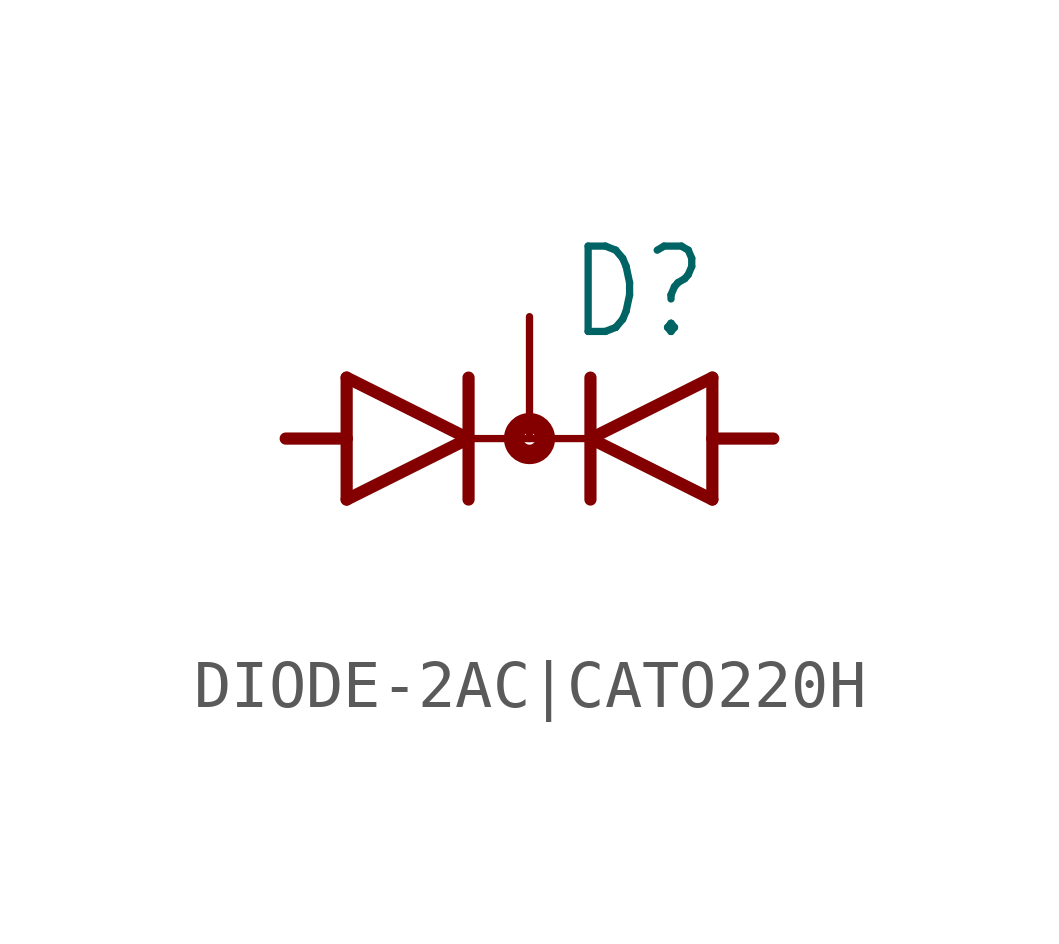
<source format=kicad_sym>
(kicad_symbol_lib
  (version 20231120)
  (generator "kicad_symbol_editor")
  (generator_version "8.0")
  (symbol "DIODE-2AC|CATO220H"
    (property "Reference" "D"
      (at 0.762 2.007 0)
      (effects (font (size 1.778 1.511)) (justify left bottom)))
    (property "Value" ""
      (at -4.826 -3.454 0)
      (effects (font (size 1.778 1.511)) (justify left bottom)))
    (property "ki_locked" ""
      (at 0 0 0)
      (effects (font (size 1.27 1.27))))
    (symbol "DIODE-2AC|CATO220H_1_0"
      (polyline (pts (xy -3.81 -1.27) (xy -1.27 0)) (stroke (width 0.254) (type solid)) (fill (type none)))
      (polyline (pts (xy -3.81 0) (xy -5.08 0)) (stroke (width 0.254) (type solid)) (fill (type none)))
      (polyline (pts (xy -3.81 0) (xy -3.81 -1.27)) (stroke (width 0.254) (type solid)) (fill (type none)))
      (polyline (pts (xy -3.81 1.27) (xy -3.81 0)) (stroke (width 0.254) (type solid)) (fill (type none)))
      (polyline (pts (xy -1.27 0) (xy -3.81 1.27)) (stroke (width 0.254) (type solid)) (fill (type none)))
      (polyline (pts (xy -1.27 0) (xy -1.27 -1.27)) (stroke (width 0.254) (type solid)) (fill (type none)))
      (polyline (pts (xy -1.27 0) (xy 1.27 0)) (stroke (width 0.152) (type solid)) (fill (type none)))
      (polyline (pts (xy -1.27 1.27) (xy -1.27 0)) (stroke (width 0.254) (type solid)) (fill (type none)))
      (polyline (pts (xy 1.27 -1.27) (xy 1.27 0)) (stroke (width 0.254) (type solid)) (fill (type none)))
      (polyline (pts (xy 1.27 0) (xy 1.27 1.27)) (stroke (width 0.254) (type solid)) (fill (type none)))
      (polyline (pts (xy 1.27 0) (xy 3.81 -1.27)) (stroke (width 0.254) (type solid)) (fill (type none)))
      (polyline (pts (xy 3.81 -1.27) (xy 3.81 0)) (stroke (width 0.254) (type solid)) (fill (type none)))
      (polyline (pts (xy 3.81 0) (xy 3.81 1.27)) (stroke (width 0.254) (type solid)) (fill (type none)))
      (polyline (pts (xy 3.81 0) (xy 5.08 0)) (stroke (width 0.254) (type solid)) (fill (type none)))
      (polyline (pts (xy 3.81 1.27) (xy 1.27 0)) (stroke (width 0.254) (type solid)) (fill (type none)))
      (circle (center 0 0) (radius 0.127) (stroke (width 0.406) (type solid)) (fill (type none)))
      (pin passive line (at -5.08 0 0) (length 0) (name "A1" (effects (font (size 0 0)))) (number "A1" (effects (font (size 0 0)))))
      (pin passive line (at 5.08 0 180) (length 0) (name "A2" (effects (font (size 0 0)))) (number "A2" (effects (font (size 0 0)))))
      (pin passive line (at 0 2.54 270) (length 2.54) (name "C" (effects (font (size 0 0)))) (number "C" (effects (font (size 0 0))))))))
</source>
